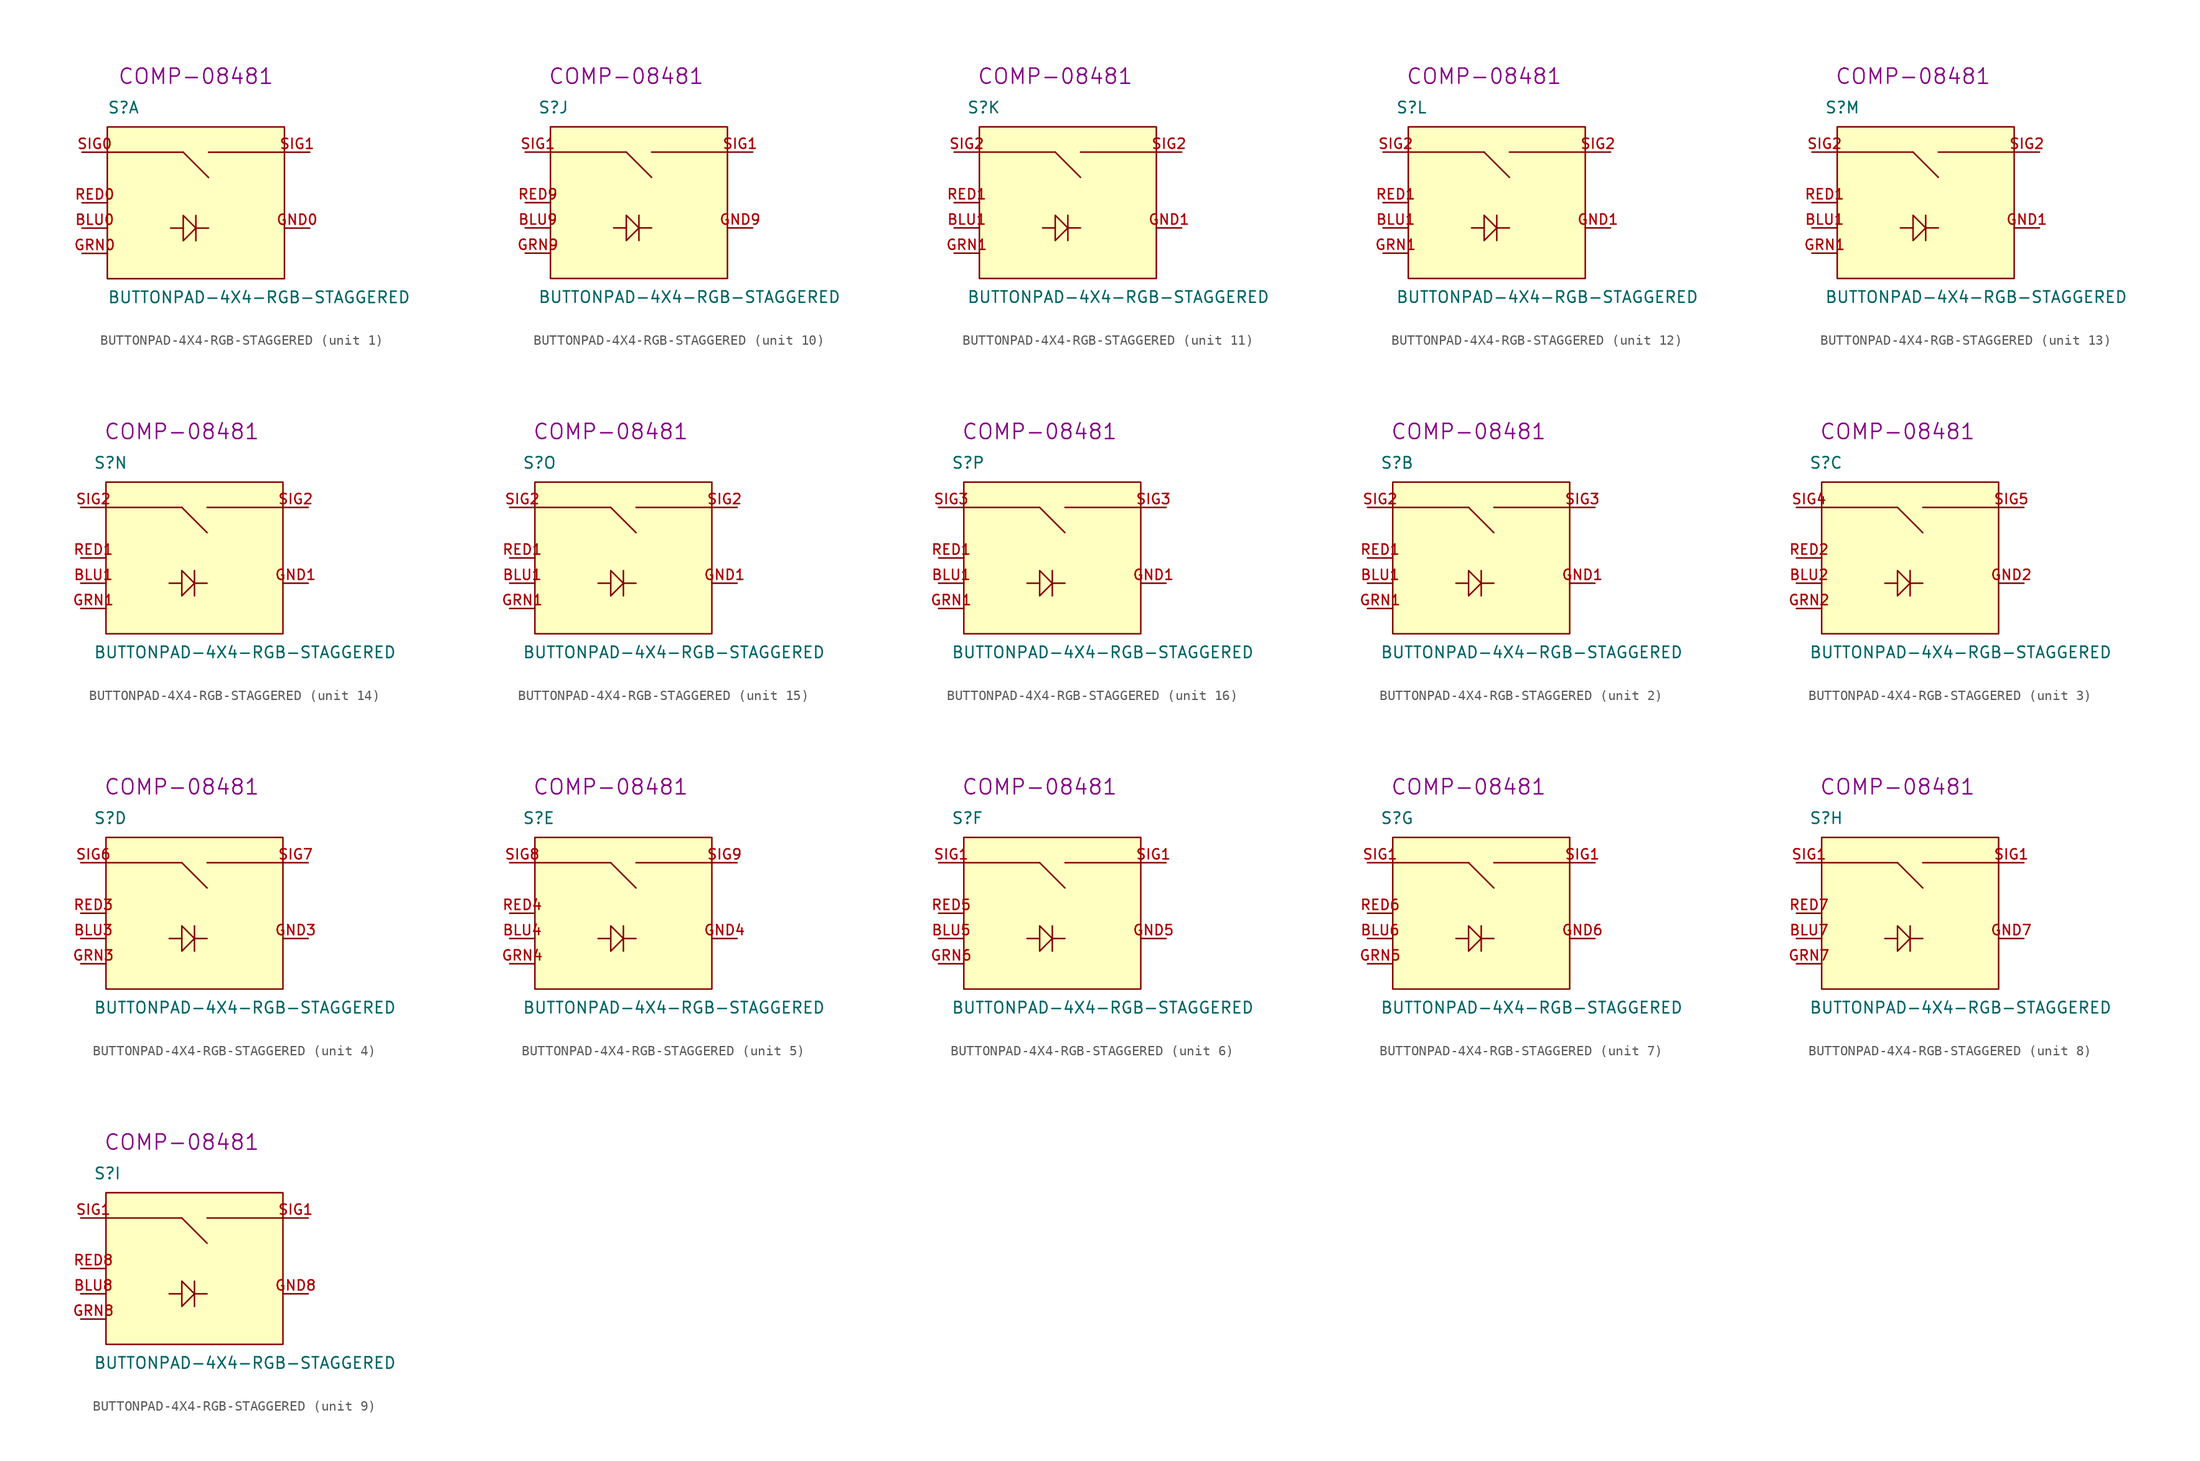
<source format=kicad_sym>
(kicad_symbol_lib
  (version 20201005)
  (generator kicad_symbol_editor)
  (symbol "BUTTONPAD-4X4-RGB-STAGGERED"
    (pin_names
      (offset 1.016) hide)
    (property "Reference" "S"
      (at -8.89 8.89 0)
      (effects (font (size 1.143 1.143)) (justify left bottom)))
    (property "Value" "BUTTONPAD-4X4-RGB-STAGGERED"
      (at -8.89 -10.16 0)
      (effects (font (size 1.143 1.143)) (justify left bottom)))
    (property "Field4" "COMP-08481"
      (at 0 12.7 0)
      (effects (font (size 1.524 1.524))))
    (property "ki_locked" ""
      (at 0 0 0)
      (effects (font (size 1.27 1.27))))
    (symbol "BUTTONPAD-4X4-RGB-STAGGERED_1_0"
      (polyline (pts (xy -8.89 5.08) (xy -1.27 5.08)) (stroke (width 0)) (fill (type none)))
      (polyline (pts (xy -1.27 -2.54) (xy -2.54 -2.54)) (stroke (width 0)) (fill (type none)))
      (polyline (pts (xy -1.27 5.08) (xy 1.27 2.54)) (stroke (width 0)) (fill (type none)))
      (polyline (pts (xy 0 -2.54) (xy 0 -3.81)) (stroke (width 0)) (fill (type none)))
      (polyline (pts (xy 0 -2.54) (xy 1.27 -2.54)) (stroke (width 0)) (fill (type none)))
      (polyline (pts (xy 0 -1.27) (xy 0 -2.54)) (stroke (width 0)) (fill (type none)))
      (polyline (pts (xy 1.27 5.08) (xy 8.89 5.08)) (stroke (width 0)) (fill (type none))))
    (symbol "BUTTONPAD-4X4-RGB-STAGGERED_1_1"
      (polyline (pts (xy -1.27 -1.27) (xy -1.27 -2.54) (xy -1.27 -3.81) (xy 0 -2.54) (xy -1.27 -1.27)) (stroke (width 0)) (fill (type background)))
      (polyline (pts (xy 8.89 7.62) (xy 8.89 5.08) (xy 8.89 -7.62) (xy -8.89 -7.62) (xy -8.89 5.08) (xy -8.89 7.62) (xy 8.89 7.62)) (stroke (width 0)) (fill (type background)))
      (pin bidirectional line (at -11.43 0 0) (length 2.54) (name "RED" (effects (font (size 1.016 1.016)))) (number "RED0" (effects (font (size 1.016 1.016)))))
      (pin bidirectional line (at 11.43 -2.54 180) (length 2.54) (name "GND" (effects (font (size 1.016 1.016)))) (number "GND0" (effects (font (size 1.016 1.016)))))
      (pin bidirectional line (at -11.43 5.08 0) (length 2.54) (name "SIG1" (effects (font (size 1.016 1.016)))) (number "SIG0" (effects (font (size 1.016 1.016)))))
      (pin bidirectional line (at -11.43 -5.08 0) (length 2.54) (name "GRN" (effects (font (size 1.016 1.016)))) (number "GRN0" (effects (font (size 1.016 1.016)))))
      (pin bidirectional line (at -11.43 -2.54 0) (length 2.54) (name "BLU" (effects (font (size 1.016 1.016)))) (number "BLU0" (effects (font (size 1.016 1.016)))))
      (pin bidirectional line (at 11.43 5.08 180) (length 2.54) (name "SIG2" (effects (font (size 1.016 1.016)))) (number "SIG1" (effects (font (size 1.016 1.016))))))
    (symbol "BUTTONPAD-4X4-RGB-STAGGERED_2_0"
      (polyline (pts (xy -7.62 5.08) (xy 0 5.08)) (stroke (width 0)) (fill (type none)))
      (polyline (pts (xy 0 -2.54) (xy -1.27 -2.54)) (stroke (width 0)) (fill (type none)))
      (polyline (pts (xy 0 5.08) (xy 2.54 2.54)) (stroke (width 0)) (fill (type none)))
      (polyline (pts (xy 1.27 -2.54) (xy 1.27 -3.81)) (stroke (width 0)) (fill (type none)))
      (polyline (pts (xy 1.27 -2.54) (xy 2.54 -2.54)) (stroke (width 0)) (fill (type none)))
      (polyline (pts (xy 1.27 -1.27) (xy 1.27 -2.54)) (stroke (width 0)) (fill (type none)))
      (polyline (pts (xy 2.54 5.08) (xy 10.16 5.08)) (stroke (width 0)) (fill (type none))))
    (symbol "BUTTONPAD-4X4-RGB-STAGGERED_2_1"
      (polyline (pts (xy 0 -1.27) (xy 0 -2.54) (xy 0 -3.81) (xy 1.27 -2.54) (xy 0 -1.27)) (stroke (width 0)) (fill (type background)))
      (polyline (pts (xy 10.16 7.62) (xy 10.16 5.08) (xy 10.16 -7.62) (xy -7.62 -7.62) (xy -7.62 5.08) (xy -7.62 7.62) (xy 10.16 7.62)) (stroke (width 0)) (fill (type background)))
      (pin bidirectional line (at -10.16 0 0) (length 2.54) (name "RED" (effects (font (size 1.016 1.016)))) (number "RED1" (effects (font (size 1.016 1.016)))))
      (pin bidirectional line (at 12.7 -2.54 180) (length 2.54) (name "GND" (effects (font (size 1.016 1.016)))) (number "GND1" (effects (font (size 1.016 1.016)))))
      (pin bidirectional line (at -10.16 -5.08 0) (length 2.54) (name "GRN" (effects (font (size 1.016 1.016)))) (number "GRN1" (effects (font (size 1.016 1.016)))))
      (pin bidirectional line (at -10.16 -2.54 0) (length 2.54) (name "BLU" (effects (font (size 1.016 1.016)))) (number "BLU1" (effects (font (size 1.016 1.016)))))
      (pin bidirectional line (at -10.16 5.08 0) (length 2.54) (name "SIG1" (effects (font (size 1.016 1.016)))) (number "SIG2" (effects (font (size 1.016 1.016)))))
      (pin bidirectional line (at 12.7 5.08 180) (length 2.54) (name "SIG2" (effects (font (size 1.016 1.016)))) (number "SIG3" (effects (font (size 1.016 1.016))))))
    (symbol "BUTTONPAD-4X4-RGB-STAGGERED_3_0"
      (polyline (pts (xy -7.62 5.08) (xy 0 5.08)) (stroke (width 0)) (fill (type none)))
      (polyline (pts (xy 0 -2.54) (xy -1.27 -2.54)) (stroke (width 0)) (fill (type none)))
      (polyline (pts (xy 0 5.08) (xy 2.54 2.54)) (stroke (width 0)) (fill (type none)))
      (polyline (pts (xy 1.27 -2.54) (xy 1.27 -3.81)) (stroke (width 0)) (fill (type none)))
      (polyline (pts (xy 1.27 -2.54) (xy 2.54 -2.54)) (stroke (width 0)) (fill (type none)))
      (polyline (pts (xy 1.27 -1.27) (xy 1.27 -2.54)) (stroke (width 0)) (fill (type none)))
      (polyline (pts (xy 2.54 5.08) (xy 10.16 5.08)) (stroke (width 0)) (fill (type none))))
    (symbol "BUTTONPAD-4X4-RGB-STAGGERED_3_1"
      (polyline (pts (xy 0 -1.27) (xy 0 -2.54) (xy 0 -3.81) (xy 1.27 -2.54) (xy 0 -1.27)) (stroke (width 0)) (fill (type background)))
      (polyline (pts (xy 10.16 7.62) (xy 10.16 5.08) (xy 10.16 -7.62) (xy -7.62 -7.62) (xy -7.62 5.08) (xy -7.62 7.62) (xy 10.16 7.62)) (stroke (width 0)) (fill (type background)))
      (pin bidirectional line (at -10.16 0 0) (length 2.54) (name "RED" (effects (font (size 1.016 1.016)))) (number "RED2" (effects (font (size 1.016 1.016)))))
      (pin bidirectional line (at 12.7 -2.54 180) (length 2.54) (name "GND" (effects (font (size 1.016 1.016)))) (number "GND2" (effects (font (size 1.016 1.016)))))
      (pin bidirectional line (at -10.16 -5.08 0) (length 2.54) (name "GRN" (effects (font (size 1.016 1.016)))) (number "GRN2" (effects (font (size 1.016 1.016)))))
      (pin bidirectional line (at -10.16 -2.54 0) (length 2.54) (name "BLU" (effects (font (size 1.016 1.016)))) (number "BLU2" (effects (font (size 1.016 1.016)))))
      (pin bidirectional line (at -10.16 5.08 0) (length 2.54) (name "SIG1" (effects (font (size 1.016 1.016)))) (number "SIG4" (effects (font (size 1.016 1.016)))))
      (pin bidirectional line (at 12.7 5.08 180) (length 2.54) (name "SIG2" (effects (font (size 1.016 1.016)))) (number "SIG5" (effects (font (size 1.016 1.016))))))
    (symbol "BUTTONPAD-4X4-RGB-STAGGERED_4_0"
      (polyline (pts (xy -7.62 5.08) (xy 0 5.08)) (stroke (width 0)) (fill (type none)))
      (polyline (pts (xy 0 -2.54) (xy -1.27 -2.54)) (stroke (width 0)) (fill (type none)))
      (polyline (pts (xy 0 5.08) (xy 2.54 2.54)) (stroke (width 0)) (fill (type none)))
      (polyline (pts (xy 1.27 -2.54) (xy 1.27 -3.81)) (stroke (width 0)) (fill (type none)))
      (polyline (pts (xy 1.27 -2.54) (xy 2.54 -2.54)) (stroke (width 0)) (fill (type none)))
      (polyline (pts (xy 1.27 -1.27) (xy 1.27 -2.54)) (stroke (width 0)) (fill (type none)))
      (polyline (pts (xy 2.54 5.08) (xy 10.16 5.08)) (stroke (width 0)) (fill (type none))))
    (symbol "BUTTONPAD-4X4-RGB-STAGGERED_4_1"
      (polyline (pts (xy 0 -1.27) (xy 0 -2.54) (xy 0 -3.81) (xy 1.27 -2.54) (xy 0 -1.27)) (stroke (width 0)) (fill (type background)))
      (polyline (pts (xy 10.16 7.62) (xy 10.16 5.08) (xy 10.16 -7.62) (xy -7.62 -7.62) (xy -7.62 5.08) (xy -7.62 7.62) (xy 10.16 7.62)) (stroke (width 0)) (fill (type background)))
      (pin bidirectional line (at -10.16 0 0) (length 2.54) (name "RED" (effects (font (size 1.016 1.016)))) (number "RED3" (effects (font (size 1.016 1.016)))))
      (pin bidirectional line (at 12.7 -2.54 180) (length 2.54) (name "GND" (effects (font (size 1.016 1.016)))) (number "GND3" (effects (font (size 1.016 1.016)))))
      (pin bidirectional line (at -10.16 -5.08 0) (length 2.54) (name "GRN" (effects (font (size 1.016 1.016)))) (number "GRN3" (effects (font (size 1.016 1.016)))))
      (pin bidirectional line (at -10.16 -2.54 0) (length 2.54) (name "BLU" (effects (font (size 1.016 1.016)))) (number "BLU3" (effects (font (size 1.016 1.016)))))
      (pin bidirectional line (at -10.16 5.08 0) (length 2.54) (name "SIG1" (effects (font (size 1.016 1.016)))) (number "SIG6" (effects (font (size 1.016 1.016)))))
      (pin bidirectional line (at 12.7 5.08 180) (length 2.54) (name "SIG2" (effects (font (size 1.016 1.016)))) (number "SIG7" (effects (font (size 1.016 1.016))))))
    (symbol "BUTTONPAD-4X4-RGB-STAGGERED_5_0"
      (polyline (pts (xy -7.62 5.08) (xy 0 5.08)) (stroke (width 0)) (fill (type none)))
      (polyline (pts (xy 0 -2.54) (xy -1.27 -2.54)) (stroke (width 0)) (fill (type none)))
      (polyline (pts (xy 0 5.08) (xy 2.54 2.54)) (stroke (width 0)) (fill (type none)))
      (polyline (pts (xy 1.27 -2.54) (xy 1.27 -3.81)) (stroke (width 0)) (fill (type none)))
      (polyline (pts (xy 1.27 -2.54) (xy 2.54 -2.54)) (stroke (width 0)) (fill (type none)))
      (polyline (pts (xy 1.27 -1.27) (xy 1.27 -2.54)) (stroke (width 0)) (fill (type none)))
      (polyline (pts (xy 2.54 5.08) (xy 10.16 5.08)) (stroke (width 0)) (fill (type none))))
    (symbol "BUTTONPAD-4X4-RGB-STAGGERED_5_1"
      (polyline (pts (xy 0 -1.27) (xy 0 -2.54) (xy 0 -3.81) (xy 1.27 -2.54) (xy 0 -1.27)) (stroke (width 0)) (fill (type background)))
      (polyline (pts (xy 10.16 7.62) (xy 10.16 5.08) (xy 10.16 -7.62) (xy -7.62 -7.62) (xy -7.62 5.08) (xy -7.62 7.62) (xy 10.16 7.62)) (stroke (width 0)) (fill (type background)))
      (pin bidirectional line (at -10.16 0 0) (length 2.54) (name "RED" (effects (font (size 1.016 1.016)))) (number "RED4" (effects (font (size 1.016 1.016)))))
      (pin bidirectional line (at 12.7 -2.54 180) (length 2.54) (name "GND" (effects (font (size 1.016 1.016)))) (number "GND4" (effects (font (size 1.016 1.016)))))
      (pin bidirectional line (at -10.16 -5.08 0) (length 2.54) (name "GRN" (effects (font (size 1.016 1.016)))) (number "GRN4" (effects (font (size 1.016 1.016)))))
      (pin bidirectional line (at -10.16 -2.54 0) (length 2.54) (name "BLU" (effects (font (size 1.016 1.016)))) (number "BLU4" (effects (font (size 1.016 1.016)))))
      (pin bidirectional line (at -10.16 5.08 0) (length 2.54) (name "SIG1" (effects (font (size 1.016 1.016)))) (number "SIG8" (effects (font (size 1.016 1.016)))))
      (pin bidirectional line (at 12.7 5.08 180) (length 2.54) (name "SIG2" (effects (font (size 1.016 1.016)))) (number "SIG9" (effects (font (size 1.016 1.016))))))
    (symbol "BUTTONPAD-4X4-RGB-STAGGERED_6_0"
      (polyline (pts (xy -7.62 5.08) (xy 0 5.08)) (stroke (width 0)) (fill (type none)))
      (polyline (pts (xy 0 -2.54) (xy -1.27 -2.54)) (stroke (width 0)) (fill (type none)))
      (polyline (pts (xy 0 5.08) (xy 2.54 2.54)) (stroke (width 0)) (fill (type none)))
      (polyline (pts (xy 1.27 -2.54) (xy 1.27 -3.81)) (stroke (width 0)) (fill (type none)))
      (polyline (pts (xy 1.27 -2.54) (xy 2.54 -2.54)) (stroke (width 0)) (fill (type none)))
      (polyline (pts (xy 1.27 -1.27) (xy 1.27 -2.54)) (stroke (width 0)) (fill (type none)))
      (polyline (pts (xy 2.54 5.08) (xy 10.16 5.08)) (stroke (width 0)) (fill (type none))))
    (symbol "BUTTONPAD-4X4-RGB-STAGGERED_6_1"
      (polyline (pts (xy 0 -1.27) (xy 0 -2.54) (xy 0 -3.81) (xy 1.27 -2.54) (xy 0 -1.27)) (stroke (width 0)) (fill (type background)))
      (polyline (pts (xy 10.16 7.62) (xy 10.16 5.08) (xy 10.16 -7.62) (xy -7.62 -7.62) (xy -7.62 5.08) (xy -7.62 7.62) (xy 10.16 7.62)) (stroke (width 0)) (fill (type background)))
      (pin bidirectional line (at -10.16 5.08 0) (length 2.54) (name "SIG1" (effects (font (size 1.016 1.016)))) (number "SIG1" (effects (font (size 1.016 1.016)))))
      (pin bidirectional line (at 12.7 5.08 180) (length 2.54) (name "SIG2" (effects (font (size 1.016 1.016)))) (number "SIG1" (effects (font (size 1.016 1.016)))))
      (pin bidirectional line (at -10.16 0 0) (length 2.54) (name "RED" (effects (font (size 1.016 1.016)))) (number "RED5" (effects (font (size 1.016 1.016)))))
      (pin bidirectional line (at 12.7 -2.54 180) (length 2.54) (name "GND" (effects (font (size 1.016 1.016)))) (number "GND5" (effects (font (size 1.016 1.016)))))
      (pin bidirectional line (at -10.16 -2.54 0) (length 2.54) (name "BLU" (effects (font (size 1.016 1.016)))) (number "BLU5" (effects (font (size 1.016 1.016)))))
      (pin bidirectional line (at -10.16 -5.08 0) (length 2.54) (name "GRN" (effects (font (size 1.016 1.016)))) (number "GRN6" (effects (font (size 1.016 1.016))))))
    (symbol "BUTTONPAD-4X4-RGB-STAGGERED_7_0"
      (polyline (pts (xy -7.62 5.08) (xy 0 5.08)) (stroke (width 0)) (fill (type none)))
      (polyline (pts (xy 0 -2.54) (xy -1.27 -2.54)) (stroke (width 0)) (fill (type none)))
      (polyline (pts (xy 0 5.08) (xy 2.54 2.54)) (stroke (width 0)) (fill (type none)))
      (polyline (pts (xy 1.27 -2.54) (xy 1.27 -3.81)) (stroke (width 0)) (fill (type none)))
      (polyline (pts (xy 1.27 -2.54) (xy 2.54 -2.54)) (stroke (width 0)) (fill (type none)))
      (polyline (pts (xy 1.27 -1.27) (xy 1.27 -2.54)) (stroke (width 0)) (fill (type none)))
      (polyline (pts (xy 2.54 5.08) (xy 10.16 5.08)) (stroke (width 0)) (fill (type none))))
    (symbol "BUTTONPAD-4X4-RGB-STAGGERED_7_1"
      (polyline (pts (xy 0 -1.27) (xy 0 -2.54) (xy 0 -3.81) (xy 1.27 -2.54) (xy 0 -1.27)) (stroke (width 0)) (fill (type background)))
      (polyline (pts (xy 10.16 7.62) (xy 10.16 5.08) (xy 10.16 -7.62) (xy -7.62 -7.62) (xy -7.62 5.08) (xy -7.62 7.62) (xy 10.16 7.62)) (stroke (width 0)) (fill (type background)))
      (pin bidirectional line (at -10.16 5.08 0) (length 2.54) (name "SIG1" (effects (font (size 1.016 1.016)))) (number "SIG1" (effects (font (size 1.016 1.016)))))
      (pin bidirectional line (at 12.7 5.08 180) (length 2.54) (name "SIG2" (effects (font (size 1.016 1.016)))) (number "SIG1" (effects (font (size 1.016 1.016)))))
      (pin bidirectional line (at -10.16 -5.08 0) (length 2.54) (name "GRN" (effects (font (size 1.016 1.016)))) (number "GRN5" (effects (font (size 1.016 1.016)))))
      (pin bidirectional line (at -10.16 0 0) (length 2.54) (name "RED" (effects (font (size 1.016 1.016)))) (number "RED6" (effects (font (size 1.016 1.016)))))
      (pin bidirectional line (at 12.7 -2.54 180) (length 2.54) (name "GND" (effects (font (size 1.016 1.016)))) (number "GND6" (effects (font (size 1.016 1.016)))))
      (pin bidirectional line (at -10.16 -2.54 0) (length 2.54) (name "BLU" (effects (font (size 1.016 1.016)))) (number "BLU6" (effects (font (size 1.016 1.016))))))
    (symbol "BUTTONPAD-4X4-RGB-STAGGERED_8_0"
      (polyline (pts (xy -7.62 5.08) (xy 0 5.08)) (stroke (width 0)) (fill (type none)))
      (polyline (pts (xy 0 -2.54) (xy -1.27 -2.54)) (stroke (width 0)) (fill (type none)))
      (polyline (pts (xy 0 5.08) (xy 2.54 2.54)) (stroke (width 0)) (fill (type none)))
      (polyline (pts (xy 1.27 -2.54) (xy 1.27 -3.81)) (stroke (width 0)) (fill (type none)))
      (polyline (pts (xy 1.27 -2.54) (xy 2.54 -2.54)) (stroke (width 0)) (fill (type none)))
      (polyline (pts (xy 1.27 -1.27) (xy 1.27 -2.54)) (stroke (width 0)) (fill (type none)))
      (polyline (pts (xy 2.54 5.08) (xy 10.16 5.08)) (stroke (width 0)) (fill (type none))))
    (symbol "BUTTONPAD-4X4-RGB-STAGGERED_8_1"
      (polyline (pts (xy 0 -1.27) (xy 0 -2.54) (xy 0 -3.81) (xy 1.27 -2.54) (xy 0 -1.27)) (stroke (width 0)) (fill (type background)))
      (polyline (pts (xy 10.16 7.62) (xy 10.16 5.08) (xy 10.16 -7.62) (xy -7.62 -7.62) (xy -7.62 5.08) (xy -7.62 7.62) (xy 10.16 7.62)) (stroke (width 0)) (fill (type background)))
      (pin bidirectional line (at -10.16 5.08 0) (length 2.54) (name "SIG1" (effects (font (size 1.016 1.016)))) (number "SIG1" (effects (font (size 1.016 1.016)))))
      (pin bidirectional line (at 12.7 5.08 180) (length 2.54) (name "SIG2" (effects (font (size 1.016 1.016)))) (number "SIG1" (effects (font (size 1.016 1.016)))))
      (pin bidirectional line (at -10.16 0 0) (length 2.54) (name "RED" (effects (font (size 1.016 1.016)))) (number "RED7" (effects (font (size 1.016 1.016)))))
      (pin bidirectional line (at 12.7 -2.54 180) (length 2.54) (name "GND" (effects (font (size 1.016 1.016)))) (number "GND7" (effects (font (size 1.016 1.016)))))
      (pin bidirectional line (at -10.16 -5.08 0) (length 2.54) (name "GRN" (effects (font (size 1.016 1.016)))) (number "GRN7" (effects (font (size 1.016 1.016)))))
      (pin bidirectional line (at -10.16 -2.54 0) (length 2.54) (name "BLU" (effects (font (size 1.016 1.016)))) (number "BLU7" (effects (font (size 1.016 1.016))))))
    (symbol "BUTTONPAD-4X4-RGB-STAGGERED_9_0"
      (polyline (pts (xy -7.62 5.08) (xy 0 5.08)) (stroke (width 0)) (fill (type none)))
      (polyline (pts (xy 0 -2.54) (xy -1.27 -2.54)) (stroke (width 0)) (fill (type none)))
      (polyline (pts (xy 0 5.08) (xy 2.54 2.54)) (stroke (width 0)) (fill (type none)))
      (polyline (pts (xy 1.27 -2.54) (xy 1.27 -3.81)) (stroke (width 0)) (fill (type none)))
      (polyline (pts (xy 1.27 -2.54) (xy 2.54 -2.54)) (stroke (width 0)) (fill (type none)))
      (polyline (pts (xy 1.27 -1.27) (xy 1.27 -2.54)) (stroke (width 0)) (fill (type none)))
      (polyline (pts (xy 2.54 5.08) (xy 10.16 5.08)) (stroke (width 0)) (fill (type none))))
    (symbol "BUTTONPAD-4X4-RGB-STAGGERED_9_1"
      (polyline (pts (xy 0 -1.27) (xy 0 -2.54) (xy 0 -3.81) (xy 1.27 -2.54) (xy 0 -1.27)) (stroke (width 0)) (fill (type background)))
      (polyline (pts (xy 10.16 7.62) (xy 10.16 5.08) (xy 10.16 -7.62) (xy -7.62 -7.62) (xy -7.62 5.08) (xy -7.62 7.62) (xy 10.16 7.62)) (stroke (width 0)) (fill (type background)))
      (pin bidirectional line (at -10.16 5.08 0) (length 2.54) (name "SIG1" (effects (font (size 1.016 1.016)))) (number "SIG1" (effects (font (size 1.016 1.016)))))
      (pin bidirectional line (at 12.7 5.08 180) (length 2.54) (name "SIG2" (effects (font (size 1.016 1.016)))) (number "SIG1" (effects (font (size 1.016 1.016)))))
      (pin bidirectional line (at -10.16 0 0) (length 2.54) (name "RED" (effects (font (size 1.016 1.016)))) (number "RED8" (effects (font (size 1.016 1.016)))))
      (pin bidirectional line (at 12.7 -2.54 180) (length 2.54) (name "GND" (effects (font (size 1.016 1.016)))) (number "GND8" (effects (font (size 1.016 1.016)))))
      (pin bidirectional line (at -10.16 -5.08 0) (length 2.54) (name "GRN" (effects (font (size 1.016 1.016)))) (number "GRN8" (effects (font (size 1.016 1.016)))))
      (pin bidirectional line (at -10.16 -2.54 0) (length 2.54) (name "BLU" (effects (font (size 1.016 1.016)))) (number "BLU8" (effects (font (size 1.016 1.016))))))
    (symbol "BUTTONPAD-4X4-RGB-STAGGERED_10_0"
      (polyline (pts (xy -7.62 5.08) (xy 0 5.08)) (stroke (width 0)) (fill (type none)))
      (polyline (pts (xy 0 -2.54) (xy -1.27 -2.54)) (stroke (width 0)) (fill (type none)))
      (polyline (pts (xy 0 5.08) (xy 2.54 2.54)) (stroke (width 0)) (fill (type none)))
      (polyline (pts (xy 1.27 -2.54) (xy 1.27 -3.81)) (stroke (width 0)) (fill (type none)))
      (polyline (pts (xy 1.27 -2.54) (xy 2.54 -2.54)) (stroke (width 0)) (fill (type none)))
      (polyline (pts (xy 1.27 -1.27) (xy 1.27 -2.54)) (stroke (width 0)) (fill (type none)))
      (polyline (pts (xy 2.54 5.08) (xy 10.16 5.08)) (stroke (width 0)) (fill (type none))))
    (symbol "BUTTONPAD-4X4-RGB-STAGGERED_10_1"
      (polyline (pts (xy 0 -1.27) (xy 0 -2.54) (xy 0 -3.81) (xy 1.27 -2.54) (xy 0 -1.27)) (stroke (width 0)) (fill (type background)))
      (polyline (pts (xy 10.16 7.62) (xy 10.16 5.08) (xy 10.16 -7.62) (xy -7.62 -7.62) (xy -7.62 5.08) (xy -7.62 7.62) (xy 10.16 7.62)) (stroke (width 0)) (fill (type background)))
      (pin bidirectional line (at -10.16 5.08 0) (length 2.54) (name "SIG1" (effects (font (size 1.016 1.016)))) (number "SIG1" (effects (font (size 1.016 1.016)))))
      (pin bidirectional line (at 12.7 5.08 180) (length 2.54) (name "SIG2" (effects (font (size 1.016 1.016)))) (number "SIG1" (effects (font (size 1.016 1.016)))))
      (pin bidirectional line (at -10.16 0 0) (length 2.54) (name "RED" (effects (font (size 1.016 1.016)))) (number "RED9" (effects (font (size 1.016 1.016)))))
      (pin bidirectional line (at 12.7 -2.54 180) (length 2.54) (name "GND" (effects (font (size 1.016 1.016)))) (number "GND9" (effects (font (size 1.016 1.016)))))
      (pin bidirectional line (at -10.16 -5.08 0) (length 2.54) (name "GRN" (effects (font (size 1.016 1.016)))) (number "GRN9" (effects (font (size 1.016 1.016)))))
      (pin bidirectional line (at -10.16 -2.54 0) (length 2.54) (name "BLU" (effects (font (size 1.016 1.016)))) (number "BLU9" (effects (font (size 1.016 1.016))))))
    (symbol "BUTTONPAD-4X4-RGB-STAGGERED_11_0"
      (polyline (pts (xy -7.62 5.08) (xy 0 5.08)) (stroke (width 0)) (fill (type none)))
      (polyline (pts (xy 0 -2.54) (xy -1.27 -2.54)) (stroke (width 0)) (fill (type none)))
      (polyline (pts (xy 0 5.08) (xy 2.54 2.54)) (stroke (width 0)) (fill (type none)))
      (polyline (pts (xy 1.27 -2.54) (xy 1.27 -3.81)) (stroke (width 0)) (fill (type none)))
      (polyline (pts (xy 1.27 -2.54) (xy 2.54 -2.54)) (stroke (width 0)) (fill (type none)))
      (polyline (pts (xy 1.27 -1.27) (xy 1.27 -2.54)) (stroke (width 0)) (fill (type none)))
      (polyline (pts (xy 2.54 5.08) (xy 10.16 5.08)) (stroke (width 0)) (fill (type none))))
    (symbol "BUTTONPAD-4X4-RGB-STAGGERED_11_1"
      (polyline (pts (xy 0 -1.27) (xy 0 -2.54) (xy 0 -3.81) (xy 1.27 -2.54) (xy 0 -1.27)) (stroke (width 0)) (fill (type background)))
      (polyline (pts (xy 10.16 7.62) (xy 10.16 5.08) (xy 10.16 -7.62) (xy -7.62 -7.62) (xy -7.62 5.08) (xy -7.62 7.62) (xy 10.16 7.62)) (stroke (width 0)) (fill (type background)))
      (pin bidirectional line (at -10.16 0 0) (length 2.54) (name "RED" (effects (font (size 1.016 1.016)))) (number "RED1" (effects (font (size 1.016 1.016)))))
      (pin bidirectional line (at 12.7 -2.54 180) (length 2.54) (name "GND" (effects (font (size 1.016 1.016)))) (number "GND1" (effects (font (size 1.016 1.016)))))
      (pin bidirectional line (at -10.16 -5.08 0) (length 2.54) (name "GRN" (effects (font (size 1.016 1.016)))) (number "GRN1" (effects (font (size 1.016 1.016)))))
      (pin bidirectional line (at -10.16 -2.54 0) (length 2.54) (name "BLU" (effects (font (size 1.016 1.016)))) (number "BLU1" (effects (font (size 1.016 1.016)))))
      (pin bidirectional line (at -10.16 5.08 0) (length 2.54) (name "SIG1" (effects (font (size 1.016 1.016)))) (number "SIG2" (effects (font (size 1.016 1.016)))))
      (pin bidirectional line (at 12.7 5.08 180) (length 2.54) (name "SIG2" (effects (font (size 1.016 1.016)))) (number "SIG2" (effects (font (size 1.016 1.016))))))
    (symbol "BUTTONPAD-4X4-RGB-STAGGERED_12_0"
      (polyline (pts (xy -7.62 5.08) (xy 0 5.08)) (stroke (width 0)) (fill (type none)))
      (polyline (pts (xy 0 -2.54) (xy -1.27 -2.54)) (stroke (width 0)) (fill (type none)))
      (polyline (pts (xy 0 5.08) (xy 2.54 2.54)) (stroke (width 0)) (fill (type none)))
      (polyline (pts (xy 1.27 -2.54) (xy 1.27 -3.81)) (stroke (width 0)) (fill (type none)))
      (polyline (pts (xy 1.27 -2.54) (xy 2.54 -2.54)) (stroke (width 0)) (fill (type none)))
      (polyline (pts (xy 1.27 -1.27) (xy 1.27 -2.54)) (stroke (width 0)) (fill (type none)))
      (polyline (pts (xy 2.54 5.08) (xy 10.16 5.08)) (stroke (width 0)) (fill (type none))))
    (symbol "BUTTONPAD-4X4-RGB-STAGGERED_12_1"
      (polyline (pts (xy 0 -1.27) (xy 0 -2.54) (xy 0 -3.81) (xy 1.27 -2.54) (xy 0 -1.27)) (stroke (width 0)) (fill (type background)))
      (polyline (pts (xy 10.16 7.62) (xy 10.16 5.08) (xy 10.16 -7.62) (xy -7.62 -7.62) (xy -7.62 5.08) (xy -7.62 7.62) (xy 10.16 7.62)) (stroke (width 0)) (fill (type background)))
      (pin bidirectional line (at -10.16 0 0) (length 2.54) (name "RED" (effects (font (size 1.016 1.016)))) (number "RED1" (effects (font (size 1.016 1.016)))))
      (pin bidirectional line (at 12.7 -2.54 180) (length 2.54) (name "GND" (effects (font (size 1.016 1.016)))) (number "GND1" (effects (font (size 1.016 1.016)))))
      (pin bidirectional line (at -10.16 -5.08 0) (length 2.54) (name "GRN" (effects (font (size 1.016 1.016)))) (number "GRN1" (effects (font (size 1.016 1.016)))))
      (pin bidirectional line (at -10.16 -2.54 0) (length 2.54) (name "BLU" (effects (font (size 1.016 1.016)))) (number "BLU1" (effects (font (size 1.016 1.016)))))
      (pin bidirectional line (at -10.16 5.08 0) (length 2.54) (name "SIG1" (effects (font (size 1.016 1.016)))) (number "SIG2" (effects (font (size 1.016 1.016)))))
      (pin bidirectional line (at 12.7 5.08 180) (length 2.54) (name "SIG2" (effects (font (size 1.016 1.016)))) (number "SIG2" (effects (font (size 1.016 1.016))))))
    (symbol "BUTTONPAD-4X4-RGB-STAGGERED_13_0"
      (polyline (pts (xy -7.62 5.08) (xy 0 5.08)) (stroke (width 0)) (fill (type none)))
      (polyline (pts (xy 0 -2.54) (xy -1.27 -2.54)) (stroke (width 0)) (fill (type none)))
      (polyline (pts (xy 0 5.08) (xy 2.54 2.54)) (stroke (width 0)) (fill (type none)))
      (polyline (pts (xy 1.27 -2.54) (xy 1.27 -3.81)) (stroke (width 0)) (fill (type none)))
      (polyline (pts (xy 1.27 -2.54) (xy 2.54 -2.54)) (stroke (width 0)) (fill (type none)))
      (polyline (pts (xy 1.27 -1.27) (xy 1.27 -2.54)) (stroke (width 0)) (fill (type none)))
      (polyline (pts (xy 2.54 5.08) (xy 10.16 5.08)) (stroke (width 0)) (fill (type none))))
    (symbol "BUTTONPAD-4X4-RGB-STAGGERED_13_1"
      (polyline (pts (xy 0 -1.27) (xy 0 -2.54) (xy 0 -3.81) (xy 1.27 -2.54) (xy 0 -1.27)) (stroke (width 0)) (fill (type background)))
      (polyline (pts (xy 10.16 7.62) (xy 10.16 5.08) (xy 10.16 -7.62) (xy -7.62 -7.62) (xy -7.62 5.08) (xy -7.62 7.62) (xy 10.16 7.62)) (stroke (width 0)) (fill (type background)))
      (pin bidirectional line (at -10.16 0 0) (length 2.54) (name "RED" (effects (font (size 1.016 1.016)))) (number "RED1" (effects (font (size 1.016 1.016)))))
      (pin bidirectional line (at 12.7 -2.54 180) (length 2.54) (name "GND" (effects (font (size 1.016 1.016)))) (number "GND1" (effects (font (size 1.016 1.016)))))
      (pin bidirectional line (at -10.16 -5.08 0) (length 2.54) (name "GRN" (effects (font (size 1.016 1.016)))) (number "GRN1" (effects (font (size 1.016 1.016)))))
      (pin bidirectional line (at -10.16 -2.54 0) (length 2.54) (name "BLU" (effects (font (size 1.016 1.016)))) (number "BLU1" (effects (font (size 1.016 1.016)))))
      (pin bidirectional line (at -10.16 5.08 0) (length 2.54) (name "SIG1" (effects (font (size 1.016 1.016)))) (number "SIG2" (effects (font (size 1.016 1.016)))))
      (pin bidirectional line (at 12.7 5.08 180) (length 2.54) (name "SIG2" (effects (font (size 1.016 1.016)))) (number "SIG2" (effects (font (size 1.016 1.016))))))
    (symbol "BUTTONPAD-4X4-RGB-STAGGERED_14_0"
      (polyline (pts (xy -7.62 5.08) (xy 0 5.08)) (stroke (width 0)) (fill (type none)))
      (polyline (pts (xy 0 -2.54) (xy -1.27 -2.54)) (stroke (width 0)) (fill (type none)))
      (polyline (pts (xy 0 5.08) (xy 2.54 2.54)) (stroke (width 0)) (fill (type none)))
      (polyline (pts (xy 1.27 -2.54) (xy 1.27 -3.81)) (stroke (width 0)) (fill (type none)))
      (polyline (pts (xy 1.27 -2.54) (xy 2.54 -2.54)) (stroke (width 0)) (fill (type none)))
      (polyline (pts (xy 1.27 -1.27) (xy 1.27 -2.54)) (stroke (width 0)) (fill (type none)))
      (polyline (pts (xy 2.54 5.08) (xy 10.16 5.08)) (stroke (width 0)) (fill (type none))))
    (symbol "BUTTONPAD-4X4-RGB-STAGGERED_14_1"
      (polyline (pts (xy 0 -1.27) (xy 0 -2.54) (xy 0 -3.81) (xy 1.27 -2.54) (xy 0 -1.27)) (stroke (width 0)) (fill (type background)))
      (polyline (pts (xy 10.16 7.62) (xy 10.16 5.08) (xy 10.16 -7.62) (xy -7.62 -7.62) (xy -7.62 5.08) (xy -7.62 7.62) (xy 10.16 7.62)) (stroke (width 0)) (fill (type background)))
      (pin bidirectional line (at -10.16 0 0) (length 2.54) (name "RED" (effects (font (size 1.016 1.016)))) (number "RED1" (effects (font (size 1.016 1.016)))))
      (pin bidirectional line (at 12.7 -2.54 180) (length 2.54) (name "GND" (effects (font (size 1.016 1.016)))) (number "GND1" (effects (font (size 1.016 1.016)))))
      (pin bidirectional line (at -10.16 -5.08 0) (length 2.54) (name "GRN" (effects (font (size 1.016 1.016)))) (number "GRN1" (effects (font (size 1.016 1.016)))))
      (pin bidirectional line (at -10.16 -2.54 0) (length 2.54) (name "BLU" (effects (font (size 1.016 1.016)))) (number "BLU1" (effects (font (size 1.016 1.016)))))
      (pin bidirectional line (at -10.16 5.08 0) (length 2.54) (name "SIG1" (effects (font (size 1.016 1.016)))) (number "SIG2" (effects (font (size 1.016 1.016)))))
      (pin bidirectional line (at 12.7 5.08 180) (length 2.54) (name "SIG2" (effects (font (size 1.016 1.016)))) (number "SIG2" (effects (font (size 1.016 1.016))))))
    (symbol "BUTTONPAD-4X4-RGB-STAGGERED_15_0"
      (polyline (pts (xy -7.62 5.08) (xy 0 5.08)) (stroke (width 0)) (fill (type none)))
      (polyline (pts (xy 0 -2.54) (xy -1.27 -2.54)) (stroke (width 0)) (fill (type none)))
      (polyline (pts (xy 0 5.08) (xy 2.54 2.54)) (stroke (width 0)) (fill (type none)))
      (polyline (pts (xy 1.27 -2.54) (xy 1.27 -3.81)) (stroke (width 0)) (fill (type none)))
      (polyline (pts (xy 1.27 -2.54) (xy 2.54 -2.54)) (stroke (width 0)) (fill (type none)))
      (polyline (pts (xy 1.27 -1.27) (xy 1.27 -2.54)) (stroke (width 0)) (fill (type none)))
      (polyline (pts (xy 2.54 5.08) (xy 10.16 5.08)) (stroke (width 0)) (fill (type none))))
    (symbol "BUTTONPAD-4X4-RGB-STAGGERED_15_1"
      (polyline (pts (xy 0 -1.27) (xy 0 -2.54) (xy 0 -3.81) (xy 1.27 -2.54) (xy 0 -1.27)) (stroke (width 0)) (fill (type background)))
      (polyline (pts (xy 10.16 7.62) (xy 10.16 5.08) (xy 10.16 -7.62) (xy -7.62 -7.62) (xy -7.62 5.08) (xy -7.62 7.62) (xy 10.16 7.62)) (stroke (width 0)) (fill (type background)))
      (pin bidirectional line (at -10.16 0 0) (length 2.54) (name "RED" (effects (font (size 1.016 1.016)))) (number "RED1" (effects (font (size 1.016 1.016)))))
      (pin bidirectional line (at 12.7 -2.54 180) (length 2.54) (name "GND" (effects (font (size 1.016 1.016)))) (number "GND1" (effects (font (size 1.016 1.016)))))
      (pin bidirectional line (at -10.16 -5.08 0) (length 2.54) (name "GRN" (effects (font (size 1.016 1.016)))) (number "GRN1" (effects (font (size 1.016 1.016)))))
      (pin bidirectional line (at -10.16 -2.54 0) (length 2.54) (name "BLU" (effects (font (size 1.016 1.016)))) (number "BLU1" (effects (font (size 1.016 1.016)))))
      (pin bidirectional line (at -10.16 5.08 0) (length 2.54) (name "SIG1" (effects (font (size 1.016 1.016)))) (number "SIG2" (effects (font (size 1.016 1.016)))))
      (pin bidirectional line (at 12.7 5.08 180) (length 2.54) (name "SIG2" (effects (font (size 1.016 1.016)))) (number "SIG2" (effects (font (size 1.016 1.016))))))
    (symbol "BUTTONPAD-4X4-RGB-STAGGERED_16_0"
      (polyline (pts (xy -7.62 5.08) (xy 0 5.08)) (stroke (width 0)) (fill (type none)))
      (polyline (pts (xy 0 -2.54) (xy -1.27 -2.54)) (stroke (width 0)) (fill (type none)))
      (polyline (pts (xy 0 5.08) (xy 2.54 2.54)) (stroke (width 0)) (fill (type none)))
      (polyline (pts (xy 1.27 -2.54) (xy 1.27 -3.81)) (stroke (width 0)) (fill (type none)))
      (polyline (pts (xy 1.27 -2.54) (xy 2.54 -2.54)) (stroke (width 0)) (fill (type none)))
      (polyline (pts (xy 1.27 -1.27) (xy 1.27 -2.54)) (stroke (width 0)) (fill (type none)))
      (polyline (pts (xy 2.54 5.08) (xy 10.16 5.08)) (stroke (width 0)) (fill (type none))))
    (symbol "BUTTONPAD-4X4-RGB-STAGGERED_16_1"
      (polyline (pts (xy 0 -1.27) (xy 0 -2.54) (xy 0 -3.81) (xy 1.27 -2.54) (xy 0 -1.27)) (stroke (width 0)) (fill (type background)))
      (polyline (pts (xy 10.16 7.62) (xy 10.16 5.08) (xy 10.16 -7.62) (xy -7.62 -7.62) (xy -7.62 5.08) (xy -7.62 7.62) (xy 10.16 7.62)) (stroke (width 0)) (fill (type background)))
      (pin bidirectional line (at -10.16 0 0) (length 2.54) (name "RED" (effects (font (size 1.016 1.016)))) (number "RED1" (effects (font (size 1.016 1.016)))))
      (pin bidirectional line (at 12.7 -2.54 180) (length 2.54) (name "GND" (effects (font (size 1.016 1.016)))) (number "GND1" (effects (font (size 1.016 1.016)))))
      (pin bidirectional line (at -10.16 -5.08 0) (length 2.54) (name "GRN" (effects (font (size 1.016 1.016)))) (number "GRN1" (effects (font (size 1.016 1.016)))))
      (pin bidirectional line (at -10.16 -2.54 0) (length 2.54) (name "BLU" (effects (font (size 1.016 1.016)))) (number "BLU1" (effects (font (size 1.016 1.016)))))
      (pin bidirectional line (at -10.16 5.08 0) (length 2.54) (name "SIG1" (effects (font (size 1.016 1.016)))) (number "SIG3" (effects (font (size 1.016 1.016)))))
      (pin bidirectional line (at 12.7 5.08 180) (length 2.54) (name "SIG2" (effects (font (size 1.016 1.016)))) (number "SIG3" (effects (font (size 1.016 1.016))))))))
</source>
